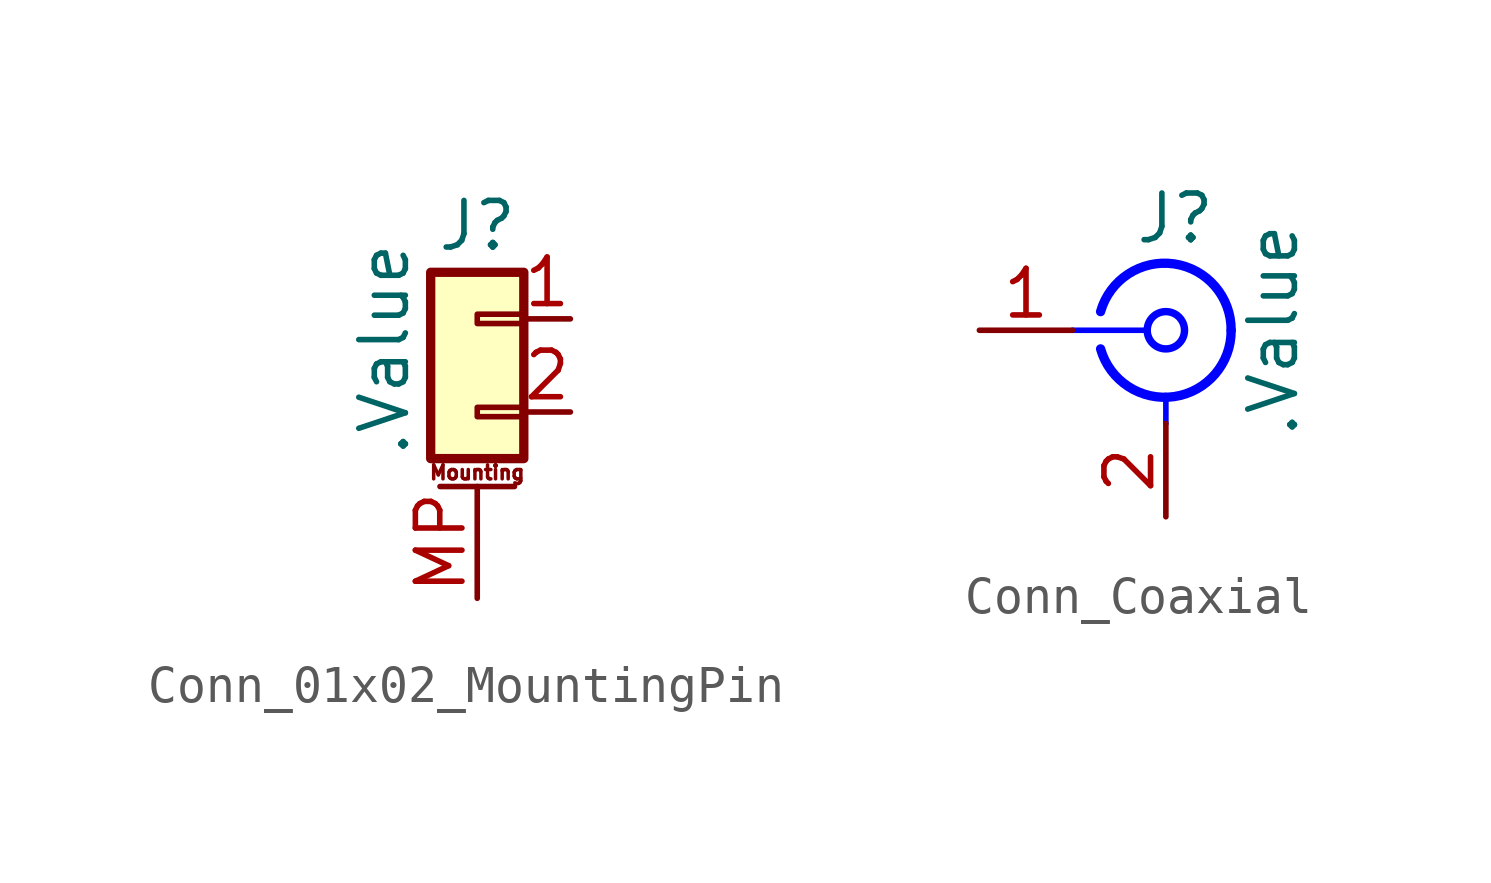
<source format=kicad_sym>
(kicad_symbol_lib
  (version 20241209)
  (generator "kicad_symbol_editor")
  (generator_version "9.0")
  (symbol "Conn_01x02_MountingPin"
    (pin_names
      (offset 1.016)
      (hide yes))
    (property "Reference" "J"
      (at 0 2.54 0)
      (do_not_autoplace)
      (effects (font (size 1.27 1.27))))
    (property "Value" ".Value"
      (at -2.54 -3.81 90)
      (do_not_autoplace)
      (effects (font (size 1.27 1.27)) (justify left)))
    (symbol "Conn_01x02_MountingPin_1_1"
      (polyline (pts (xy 1.016 -4.572) (xy -1.016 -4.572)) (stroke (width 0.152) (type default)) (fill (type none)))
      (rectangle (start 1.27 1.27) (end -1.27 -3.81) (stroke (width 0.254) (type default)) (fill (type background)))
      (rectangle (start 1.27 0.127) (end 0 -0.127) (stroke (width 0.152) (type default)) (fill (type none)))
      (rectangle (start 1.27 -2.413) (end 0 -2.667) (stroke (width 0.152) (type default)) (fill (type none)))
      (text "Mounting" (at 0 -4.191 0) (effects (font (size 0.381 0.381))))
      (pin passive line (at 0 -7.62 90) (length 3.048) (name "MountPin" (effects (font (size 1.27 1.27)))) (number "MP" (effects (font (size 1.27 1.27)))))
      (pin passive line (at 2.54 0 180) (length 1.27) (name "Pin_1" (effects (font (size 1.27 1.27)))) (number "1" (effects (font (size 1.27 1.27)))))
      (pin passive line (at 2.54 -2.54 180) (length 1.27) (name "Pin_2" (effects (font (size 1.27 1.27)))) (number "2" (effects (font (size 1.27 1.27)))))))
  (symbol "Conn_Coaxial"
    (pin_names
      (offset 1.016)
      (hide yes))
    (property "Reference" "J"
      (at 0.254 3.048 0)
      (do_not_autoplace)
      (effects (font (size 1.27 1.27))))
    (property "Value" ".Value"
      (at 2.921 0 90)
      (do_not_autoplace)
      (effects (font (size 1.27 1.27))))
    (symbol "Conn_Coaxial_0_1"
      (polyline (pts (xy -2.54 0) (xy -0.508 0)) (stroke (width 0) (type default) (color 0 0 255 1)) (fill (type none)))
      (arc (start 1.778 0) (mid 0.222 -1.8079) (end -1.778 -0.508) (stroke (width 0.254) (type default) (color 0 0 255 1)) (fill (type none)))
      (arc (start -1.778 0.508) (mid 0.2221 1.8084) (end 1.778 0) (stroke (width 0.254) (type default) (color 0 0 255 1)) (fill (type none)))
      (circle (center 0 0) (radius 0.508) (stroke (width 0.203) (type default) (color 0 0 255 1)) (fill (type none)))
      (polyline (pts (xy 0 -2.54) (xy 0 -1.778)) (stroke (width 0) (type default) (color 0 0 255 1)) (fill (type none))))
    (symbol "Conn_Coaxial_1_1"
      (pin passive line (at -5.08 0 0) (length 2.54) (name "In" (effects (font (size 1.27 1.27)))) (number "1" (effects (font (size 1.27 1.27)))))
      (pin passive line (at 0 -5.08 90) (length 2.54) (name "Ext" (effects (font (size 1.27 1.27)))) (number "2" (effects (font (size 1.27 1.27))))))))
</source>
